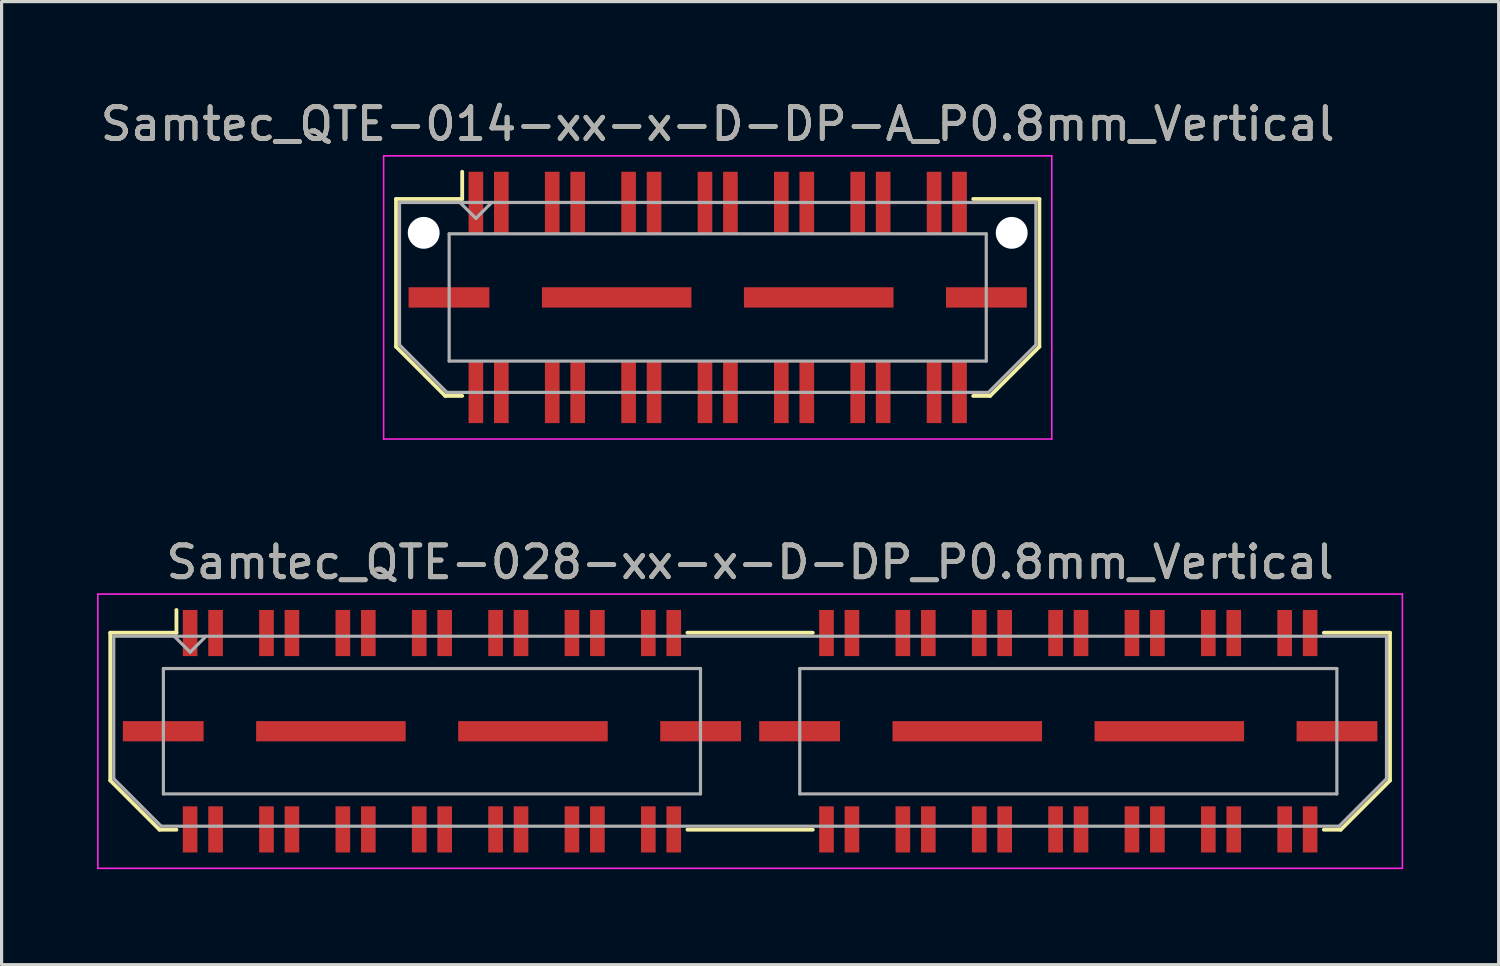
<source format=kicad_pcb>
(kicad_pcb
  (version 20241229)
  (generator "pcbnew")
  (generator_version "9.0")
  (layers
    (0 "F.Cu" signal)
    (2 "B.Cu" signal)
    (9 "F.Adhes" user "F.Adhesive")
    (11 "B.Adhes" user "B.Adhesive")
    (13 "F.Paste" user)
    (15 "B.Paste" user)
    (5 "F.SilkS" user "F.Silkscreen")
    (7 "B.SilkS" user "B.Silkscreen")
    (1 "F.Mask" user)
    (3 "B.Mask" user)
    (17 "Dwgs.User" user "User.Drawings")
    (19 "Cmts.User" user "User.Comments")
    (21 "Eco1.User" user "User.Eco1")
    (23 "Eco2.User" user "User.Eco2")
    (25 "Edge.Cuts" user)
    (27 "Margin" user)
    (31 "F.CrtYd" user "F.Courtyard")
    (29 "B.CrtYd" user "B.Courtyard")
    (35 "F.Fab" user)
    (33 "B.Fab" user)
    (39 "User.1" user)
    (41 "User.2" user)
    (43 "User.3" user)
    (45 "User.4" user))
  (footprint "Samtec_QTE-014-xx-x-D-DP-A_P0.8mm_Vertical"
    (layer "F.Cu")
    (at 19.506 6.298)
    (property "Reference" "Samtec_QTE-014-xx-x-D-DP-A_P0.8mm_Vertical" (at 0 -5.45 0) (layer "F.SilkS") (effects (font (size 1 1) (thickness 0.15))))
    (attr smd)
    (fp_line (start -10.11 -3.095) (end -10.11 1.548) (stroke (width 0.12) (type solid)) (layer "F.SilkS"))
    (fp_line (start -10.11 1.548) (end -8.562 3.095) (stroke (width 0.12) (type solid)) (layer "F.SilkS"))
    (fp_line (start -8.562 3.095) (end -8.03 3.095) (stroke (width 0.12) (type solid)) (layer "F.SilkS"))
    (fp_line (start -8.03 -3.95) (end -8.03 -3.095) (stroke (width 0.12) (type solid)) (layer "F.SilkS"))
    (fp_line (start -8.03 -3.095) (end -10.11 -3.095) (stroke (width 0.12) (type solid)) (layer "F.SilkS"))
    (fp_line (start 8.03 -3.095) (end 10.11 -3.095) (stroke (width 0.12) (type solid)) (layer "F.SilkS"))
    (fp_line (start 8.562 3.095) (end 8.03 3.095) (stroke (width 0.12) (type solid)) (layer "F.SilkS"))
    (fp_line (start 10.11 -3.095) (end 10.11 1.548) (stroke (width 0.12) (type solid)) (layer "F.SilkS"))
    (fp_line (start 10.11 1.548) (end 8.562 3.095) (stroke (width 0.12) (type solid)) (layer "F.SilkS"))
    (fp_line (start -10.5 -4.45) (end -10.5 4.45) (stroke (width 0.05) (type solid)) (layer "F.CrtYd"))
    (fp_line (start -10.5 4.45) (end 10.5 4.45) (stroke (width 0.05) (type solid)) (layer "F.CrtYd"))
    (fp_line (start 10.5 -4.45) (end -10.5 -4.45) (stroke (width 0.05) (type solid)) (layer "F.CrtYd"))
    (fp_line (start 10.5 4.45) (end 10.5 -4.45) (stroke (width 0.05) (type solid)) (layer "F.CrtYd"))
    (fp_line (start -10 -2.985) (end -10 1.492) (stroke (width 0.1) (type solid)) (layer "F.Fab"))
    (fp_line (start -10 -2.985) (end 10 -2.985) (stroke (width 0.1) (type solid)) (layer "F.Fab"))
    (fp_line (start -10 1.492) (end -8.508 2.985) (stroke (width 0.1) (type solid)) (layer "F.Fab"))
    (fp_line (start -8.508 2.985) (end 8.508 2.985) (stroke (width 0.1) (type solid)) (layer "F.Fab"))
    (fp_line (start -8.44 -2) (end -8.44 2) (stroke (width 0.1) (type solid)) (layer "F.Fab"))
    (fp_line (start -8.44 2) (end 8.44 2) (stroke (width 0.1) (type solid)) (layer "F.Fab"))
    (fp_line (start -7.6 -2.485) (end -8.1 -2.985) (stroke (width 0.1) (type solid)) (layer "F.Fab"))
    (fp_line (start -7.1 -2.985) (end -7.6 -2.485) (stroke (width 0.1) (type solid)) (layer "F.Fab"))
    (fp_line (start 8.44 -2) (end -8.44 -2) (stroke (width 0.1) (type solid)) (layer "F.Fab"))
    (fp_line (start 8.44 2) (end 8.44 -2) (stroke (width 0.1) (type solid)) (layer "F.Fab"))
    (fp_line (start 10 -2.985) (end 10 1.492) (stroke (width 0.1) (type solid)) (layer "F.Fab"))
    (fp_line (start 10 1.492) (end 8.508 2.985) (stroke (width 0.1) (type solid)) (layer "F.Fab"))
    (fp_text user "${REFERENCE}" (at 0 -5.45 0) (layer "F.Fab") (effects (font (size 1 1) (thickness 0.15))))
    (pad "" np_thru_hole circle (at -9.24 -2.03) (size 1 1) (drill 1) (layers "*.Cu" "*.Mask"))
    (pad "" np_thru_hole circle (at 9.24 -2.03) (size 1 1) (drill 1) (layers "*.Cu" "*.Mask"))
    (pad "1" smd rect (at -7.6 -2.98) (size 0.46 1.94) (layers "F.Cu" "F.Mask" "F.Paste"))
    (pad "2" smd rect (at -7.6 2.98) (size 0.46 1.94) (layers "F.Cu" "F.Mask" "F.Paste"))
    (pad "3" smd rect (at -6.8 -2.98) (size 0.46 1.94) (layers "F.Cu" "F.Mask" "F.Paste"))
    (pad "4" smd rect (at -6.8 2.98) (size 0.46 1.94) (layers "F.Cu" "F.Mask" "F.Paste"))
    (pad "5" smd rect (at -5.2 -2.98) (size 0.46 1.94) (layers "F.Cu" "F.Mask" "F.Paste"))
    (pad "6" smd rect (at -5.2 2.98) (size 0.46 1.94) (layers "F.Cu" "F.Mask" "F.Paste"))
    (pad "7" smd rect (at -4.4 -2.98) (size 0.46 1.94) (layers "F.Cu" "F.Mask" "F.Paste"))
    (pad "8" smd rect (at -4.4 2.98) (size 0.46 1.94) (layers "F.Cu" "F.Mask" "F.Paste"))
    (pad "9" smd rect (at -2.8 -2.98) (size 0.46 1.94) (layers "F.Cu" "F.Mask" "F.Paste"))
    (pad "10" smd rect (at -2.8 2.98) (size 0.46 1.94) (layers "F.Cu" "F.Mask" "F.Paste"))
    (pad "11" smd rect (at -2 -2.98) (size 0.46 1.94) (layers "F.Cu" "F.Mask" "F.Paste"))
    (pad "12" smd rect (at -2 2.98) (size 0.46 1.94) (layers "F.Cu" "F.Mask" "F.Paste"))
    (pad "13" smd rect (at -0.4 -2.98) (size 0.46 1.94) (layers "F.Cu" "F.Mask" "F.Paste"))
    (pad "14" smd rect (at -0.4 2.98) (size 0.46 1.94) (layers "F.Cu" "F.Mask" "F.Paste"))
    (pad "15" smd rect (at 0.4 -2.98) (size 0.46 1.94) (layers "F.Cu" "F.Mask" "F.Paste"))
    (pad "16" smd rect (at 0.4 2.98) (size 0.46 1.94) (layers "F.Cu" "F.Mask" "F.Paste"))
    (pad "17" smd rect (at 2 -2.98) (size 0.46 1.94) (layers "F.Cu" "F.Mask" "F.Paste"))
    (pad "18" smd rect (at 2 2.98) (size 0.46 1.94) (layers "F.Cu" "F.Mask" "F.Paste"))
    (pad "19" smd rect (at 2.8 -2.98) (size 0.46 1.94) (layers "F.Cu" "F.Mask" "F.Paste"))
    (pad "20" smd rect (at 2.8 2.98) (size 0.46 1.94) (layers "F.Cu" "F.Mask" "F.Paste"))
    (pad "21" smd rect (at 4.4 -2.98) (size 0.46 1.94) (layers "F.Cu" "F.Mask" "F.Paste"))
    (pad "22" smd rect (at 4.4 2.98) (size 0.46 1.94) (layers "F.Cu" "F.Mask" "F.Paste"))
    (pad "23" smd rect (at 5.2 -2.98) (size 0.46 1.94) (layers "F.Cu" "F.Mask" "F.Paste"))
    (pad "24" smd rect (at 5.2 2.98) (size 0.46 1.94) (layers "F.Cu" "F.Mask" "F.Paste"))
    (pad "25" smd rect (at 6.8 -2.98) (size 0.46 1.94) (layers "F.Cu" "F.Mask" "F.Paste"))
    (pad "26" smd rect (at 6.8 2.98) (size 0.46 1.94) (layers "F.Cu" "F.Mask" "F.Paste"))
    (pad "27" smd rect (at 7.6 -2.98) (size 0.46 1.94) (layers "F.Cu" "F.Mask" "F.Paste"))
    (pad "28" smd rect (at 7.6 2.98) (size 0.46 1.94) (layers "F.Cu" "F.Mask" "F.Paste"))
    (pad "P1" smd rect (at -8.445 0) (size 2.54 0.64) (layers "F.Cu" "F.Mask" "F.Paste"))
    (pad "P1" smd rect (at -3.175 0) (size 4.7 0.64) (layers "F.Cu" "F.Mask" "F.Paste"))
    (pad "P1" smd rect (at 3.175 0) (size 4.7 0.64) (layers "F.Cu" "F.Mask" "F.Paste"))
    (pad "P1" smd rect (at 8.445 0) (size 2.54 0.64) (layers "F.Cu" "F.Mask" "F.Paste")))
  (footprint "Samtec_QTE-028-xx-x-D-DP_P0.8mm_Vertical"
    (layer "F.Cu")
    (at 20.525 19.931)
    (property "Reference" "Samtec_QTE-028-xx-x-D-DP_P0.8mm_Vertical" (at 0 -5.31 0) (layer "F.SilkS") (effects (font (size 1 1) (thickness 0.15))))
    (attr smd)
    (fp_line (start -20.11 -3.095) (end -20.11 1.548) (stroke (width 0.12) (type solid)) (layer "F.SilkS"))
    (fp_line (start -20.11 1.548) (end -18.562 3.095) (stroke (width 0.12) (type solid)) (layer "F.SilkS"))
    (fp_line (start -18.562 3.095) (end -18.03 3.095) (stroke (width 0.12) (type solid)) (layer "F.SilkS"))
    (fp_line (start -18.03 -3.811) (end -18.03 -3.095) (stroke (width 0.12) (type solid)) (layer "F.SilkS"))
    (fp_line (start -18.03 -3.095) (end -20.11 -3.095) (stroke (width 0.12) (type solid)) (layer "F.SilkS"))
    (fp_line (start -1.97 -3.095) (end 1.97 -3.095) (stroke (width 0.12) (type solid)) (layer "F.SilkS"))
    (fp_line (start -1.97 3.095) (end 1.97 3.095) (stroke (width 0.12) (type solid)) (layer "F.SilkS"))
    (fp_line (start 18.03 -3.095) (end 20.11 -3.095) (stroke (width 0.12) (type solid)) (layer "F.SilkS"))
    (fp_line (start 18.562 3.095) (end 18.03 3.095) (stroke (width 0.12) (type solid)) (layer "F.SilkS"))
    (fp_line (start 20.11 -3.095) (end 20.11 1.548) (stroke (width 0.12) (type solid)) (layer "F.SilkS"))
    (fp_line (start 20.11 1.548) (end 18.562 3.095) (stroke (width 0.12) (type solid)) (layer "F.SilkS"))
    (fp_line (start -20.5 -4.31) (end -20.5 4.31) (stroke (width 0.05) (type solid)) (layer "F.CrtYd"))
    (fp_line (start -20.5 4.31) (end 20.5 4.31) (stroke (width 0.05) (type solid)) (layer "F.CrtYd"))
    (fp_line (start 20.5 -4.31) (end -20.5 -4.31) (stroke (width 0.05) (type solid)) (layer "F.CrtYd"))
    (fp_line (start 20.5 4.31) (end 20.5 -4.31) (stroke (width 0.05) (type solid)) (layer "F.CrtYd"))
    (fp_line (start -20 -2.985) (end -20 1.492) (stroke (width 0.1) (type solid)) (layer "F.Fab"))
    (fp_line (start -20 -2.985) (end 20 -2.985) (stroke (width 0.1) (type solid)) (layer "F.Fab"))
    (fp_line (start -20 1.492) (end -18.508 2.985) (stroke (width 0.1) (type solid)) (layer "F.Fab"))
    (fp_line (start -18.508 2.985) (end 18.508 2.985) (stroke (width 0.1) (type solid)) (layer "F.Fab"))
    (fp_line (start -18.44 -1.97) (end -18.44 1.97) (stroke (width 0.1) (type solid)) (layer "F.Fab"))
    (fp_line (start -18.44 1.97) (end -1.56 1.97) (stroke (width 0.1) (type solid)) (layer "F.Fab"))
    (fp_line (start -17.6 -2.485) (end -18.1 -2.985) (stroke (width 0.1) (type solid)) (layer "F.Fab"))
    (fp_line (start -17.1 -2.985) (end -17.6 -2.485) (stroke (width 0.1) (type solid)) (layer "F.Fab"))
    (fp_line (start -1.56 -1.97) (end -18.44 -1.97) (stroke (width 0.1) (type solid)) (layer "F.Fab"))
    (fp_line (start -1.56 1.97) (end -1.56 -1.97) (stroke (width 0.1) (type solid)) (layer "F.Fab"))
    (fp_line (start 1.56 -1.97) (end 1.56 1.97) (stroke (width 0.1) (type solid)) (layer "F.Fab"))
    (fp_line (start 1.56 1.97) (end 18.44 1.97) (stroke (width 0.1) (type solid)) (layer "F.Fab"))
    (fp_line (start 18.44 -1.97) (end 1.56 -1.97) (stroke (width 0.1) (type solid)) (layer "F.Fab"))
    (fp_line (start 18.44 1.97) (end 18.44 -1.97) (stroke (width 0.1) (type solid)) (layer "F.Fab"))
    (fp_line (start 20 -2.985) (end 20 1.492) (stroke (width 0.1) (type solid)) (layer "F.Fab"))
    (fp_line (start 20 1.492) (end 18.508 2.985) (stroke (width 0.1) (type solid)) (layer "F.Fab"))
    (fp_text user "${REFERENCE}" (at 0 -5.31 0) (layer "F.Fab") (effects (font (size 1 1) (thickness 0.15))))
    (pad "1" smd rect (at -17.6 -3.086) (size 0.46 1.45) (layers "F.Cu" "F.Mask" "F.Paste"))
    (pad "2" smd rect (at -17.6 3.086) (size 0.46 1.45) (layers "F.Cu" "F.Mask" "F.Paste"))
    (pad "3" smd rect (at -16.8 -3.086) (size 0.46 1.45) (layers "F.Cu" "F.Mask" "F.Paste"))
    (pad "4" smd rect (at -16.8 3.086) (size 0.46 1.45) (layers "F.Cu" "F.Mask" "F.Paste"))
    (pad "5" smd rect (at -15.2 -3.086) (size 0.46 1.45) (layers "F.Cu" "F.Mask" "F.Paste"))
    (pad "6" smd rect (at -15.2 3.086) (size 0.46 1.45) (layers "F.Cu" "F.Mask" "F.Paste"))
    (pad "7" smd rect (at -14.4 -3.086) (size 0.46 1.45) (layers "F.Cu" "F.Mask" "F.Paste"))
    (pad "8" smd rect (at -14.4 3.086) (size 0.46 1.45) (layers "F.Cu" "F.Mask" "F.Paste"))
    (pad "9" smd rect (at -12.8 -3.086) (size 0.46 1.45) (layers "F.Cu" "F.Mask" "F.Paste"))
    (pad "10" smd rect (at -12.8 3.086) (size 0.46 1.45) (layers "F.Cu" "F.Mask" "F.Paste"))
    (pad "11" smd rect (at -12 -3.086) (size 0.46 1.45) (layers "F.Cu" "F.Mask" "F.Paste"))
    (pad "12" smd rect (at -12 3.086) (size 0.46 1.45) (layers "F.Cu" "F.Mask" "F.Paste"))
    (pad "13" smd rect (at -10.4 -3.086) (size 0.46 1.45) (layers "F.Cu" "F.Mask" "F.Paste"))
    (pad "14" smd rect (at -10.4 3.086) (size 0.46 1.45) (layers "F.Cu" "F.Mask" "F.Paste"))
    (pad "15" smd rect (at -9.6 -3.086) (size 0.46 1.45) (layers "F.Cu" "F.Mask" "F.Paste"))
    (pad "16" smd rect (at -9.6 3.086) (size 0.46 1.45) (layers "F.Cu" "F.Mask" "F.Paste"))
    (pad "17" smd rect (at -8 -3.086) (size 0.46 1.45) (layers "F.Cu" "F.Mask" "F.Paste"))
    (pad "18" smd rect (at -8 3.086) (size 0.46 1.45) (layers "F.Cu" "F.Mask" "F.Paste"))
    (pad "19" smd rect (at -7.2 -3.086) (size 0.46 1.45) (layers "F.Cu" "F.Mask" "F.Paste"))
    (pad "20" smd rect (at -7.2 3.086) (size 0.46 1.45) (layers "F.Cu" "F.Mask" "F.Paste"))
    (pad "21" smd rect (at -5.6 -3.086) (size 0.46 1.45) (layers "F.Cu" "F.Mask" "F.Paste"))
    (pad "22" smd rect (at -5.6 3.086) (size 0.46 1.45) (layers "F.Cu" "F.Mask" "F.Paste"))
    (pad "23" smd rect (at -4.8 -3.086) (size 0.46 1.45) (layers "F.Cu" "F.Mask" "F.Paste"))
    (pad "24" smd rect (at -4.8 3.086) (size 0.46 1.45) (layers "F.Cu" "F.Mask" "F.Paste"))
    (pad "25" smd rect (at -3.2 -3.086) (size 0.46 1.45) (layers "F.Cu" "F.Mask" "F.Paste"))
    (pad "26" smd rect (at -3.2 3.086) (size 0.46 1.45) (layers "F.Cu" "F.Mask" "F.Paste"))
    (pad "27" smd rect (at -2.4 -3.086) (size 0.46 1.45) (layers "F.Cu" "F.Mask" "F.Paste"))
    (pad "28" smd rect (at -2.4 3.086) (size 0.46 1.45) (layers "F.Cu" "F.Mask" "F.Paste"))
    (pad "29" smd rect (at 2.4 -3.086) (size 0.46 1.45) (layers "F.Cu" "F.Mask" "F.Paste"))
    (pad "30" smd rect (at 2.4 3.086) (size 0.46 1.45) (layers "F.Cu" "F.Mask" "F.Paste"))
    (pad "31" smd rect (at 3.2 -3.086) (size 0.46 1.45) (layers "F.Cu" "F.Mask" "F.Paste"))
    (pad "32" smd rect (at 3.2 3.086) (size 0.46 1.45) (layers "F.Cu" "F.Mask" "F.Paste"))
    (pad "33" smd rect (at 4.8 -3.086) (size 0.46 1.45) (layers "F.Cu" "F.Mask" "F.Paste"))
    (pad "34" smd rect (at 4.8 3.086) (size 0.46 1.45) (layers "F.Cu" "F.Mask" "F.Paste"))
    (pad "35" smd rect (at 5.6 -3.086) (size 0.46 1.45) (layers "F.Cu" "F.Mask" "F.Paste"))
    (pad "36" smd rect (at 5.6 3.086) (size 0.46 1.45) (layers "F.Cu" "F.Mask" "F.Paste"))
    (pad "37" smd rect (at 7.2 -3.086) (size 0.46 1.45) (layers "F.Cu" "F.Mask" "F.Paste"))
    (pad "38" smd rect (at 7.2 3.086) (size 0.46 1.45) (layers "F.Cu" "F.Mask" "F.Paste"))
    (pad "39" smd rect (at 8 -3.086) (size 0.46 1.45) (layers "F.Cu" "F.Mask" "F.Paste"))
    (pad "40" smd rect (at 8 3.086) (size 0.46 1.45) (layers "F.Cu" "F.Mask" "F.Paste"))
    (pad "41" smd rect (at 9.6 -3.086) (size 0.46 1.45) (layers "F.Cu" "F.Mask" "F.Paste"))
    (pad "42" smd rect (at 9.6 3.086) (size 0.46 1.45) (layers "F.Cu" "F.Mask" "F.Paste"))
    (pad "43" smd rect (at 10.4 -3.086) (size 0.46 1.45) (layers "F.Cu" "F.Mask" "F.Paste"))
    (pad "44" smd rect (at 10.4 3.086) (size 0.46 1.45) (layers "F.Cu" "F.Mask" "F.Paste"))
    (pad "45" smd rect (at 12 -3.086) (size 0.46 1.45) (layers "F.Cu" "F.Mask" "F.Paste"))
    (pad "46" smd rect (at 12 3.086) (size 0.46 1.45) (layers "F.Cu" "F.Mask" "F.Paste"))
    (pad "47" smd rect (at 12.8 -3.086) (size 0.46 1.45) (layers "F.Cu" "F.Mask" "F.Paste"))
    (pad "48" smd rect (at 12.8 3.086) (size 0.46 1.45) (layers "F.Cu" "F.Mask" "F.Paste"))
    (pad "49" smd rect (at 14.4 -3.086) (size 0.46 1.45) (layers "F.Cu" "F.Mask" "F.Paste"))
    (pad "50" smd rect (at 14.4 3.086) (size 0.46 1.45) (layers "F.Cu" "F.Mask" "F.Paste"))
    (pad "51" smd rect (at 15.2 -3.086) (size 0.46 1.45) (layers "F.Cu" "F.Mask" "F.Paste"))
    (pad "52" smd rect (at 15.2 3.086) (size 0.46 1.45) (layers "F.Cu" "F.Mask" "F.Paste"))
    (pad "53" smd rect (at 16.8 -3.086) (size 0.46 1.45) (layers "F.Cu" "F.Mask" "F.Paste"))
    (pad "54" smd rect (at 16.8 3.086) (size 0.46 1.45) (layers "F.Cu" "F.Mask" "F.Paste"))
    (pad "55" smd rect (at 17.6 -3.086) (size 0.46 1.45) (layers "F.Cu" "F.Mask" "F.Paste"))
    (pad "56" smd rect (at 17.6 3.086) (size 0.46 1.45) (layers "F.Cu" "F.Mask" "F.Paste"))
    (pad "P1" smd rect (at -18.445 0) (size 2.54 0.635) (layers "F.Cu" "F.Mask" "F.Paste"))
    (pad "P1" smd rect (at -13.175 0) (size 4.7 0.635) (layers "F.Cu" "F.Mask" "F.Paste"))
    (pad "P1" smd rect (at -6.825 0) (size 4.7 0.635) (layers "F.Cu" "F.Mask" "F.Paste"))
    (pad "P1" smd rect (at -1.555 0) (size 2.54 0.635) (layers "F.Cu" "F.Mask" "F.Paste"))
    (pad "P2" smd rect (at 1.555 0) (size 2.54 0.635) (layers "F.Cu" "F.Mask" "F.Paste"))
    (pad "P2" smd rect (at 6.825 0) (size 4.7 0.635) (layers "F.Cu" "F.Mask" "F.Paste"))
    (pad "P2" smd rect (at 13.175 0) (size 4.7 0.635) (layers "F.Cu" "F.Mask" "F.Paste"))
    (pad "P2" smd rect (at 18.445 0) (size 2.54 0.635) (layers "F.Cu" "F.Mask" "F.Paste")))
  (gr_rect
    (start -3 -3)
    (end 44.05 27.267)
    (stroke (width 0.1) (type default))
    (fill no)
    (layer "Edge.Cuts")))
</source>
